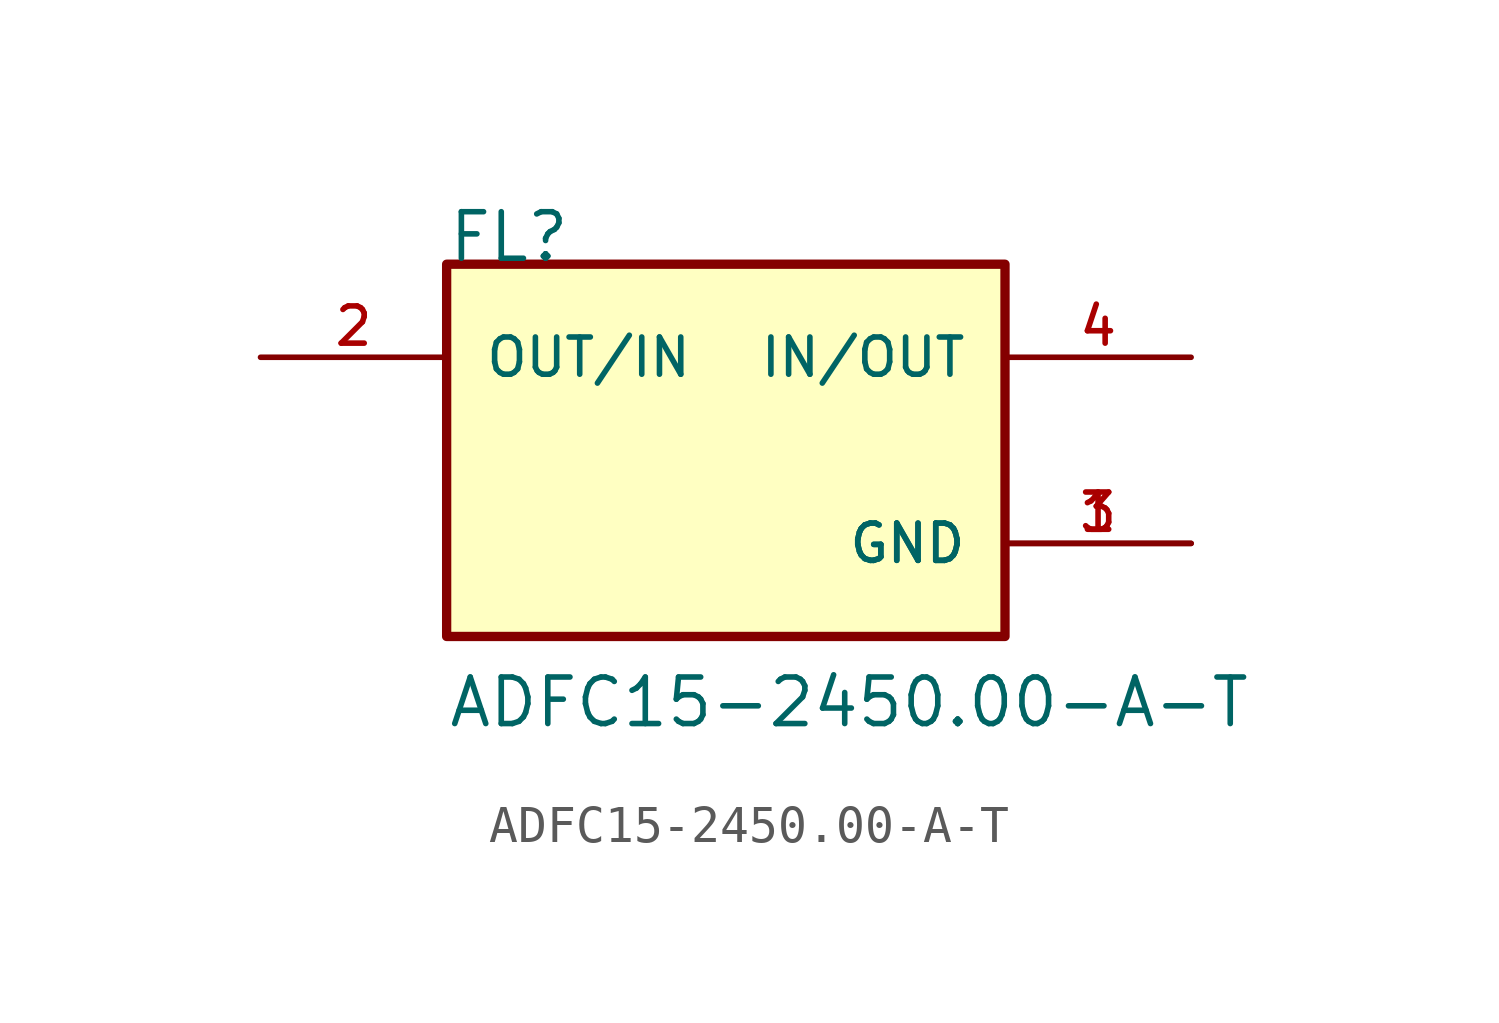
<source format=kicad_sym>
(kicad_symbol_lib
  (version 20241209)
  (generator "kicad_symbol_editor")
  (generator_version "9.0")
  (symbol "ADFC15-2450.00-A-T"
    (pin_names
      (offset 1.016))
    (property "Reference" "FL"
      (at -12.7 5.08 0)
      (effects (font (size 1.27 1.27)) (justify left bottom)))
    (property "Value" "ADFC15-2450.00-A-T"
      (at -12.7 -7.62 0)
      (effects (font (size 1.27 1.27)) (justify left bottom)))
    (symbol "ADFC15-2450.00-A-T_0_0"
      (rectangle (start -12.7 5.08) (end 2.54 -5.08) (stroke (width 0.254) (type default)) (fill (type background)))
      (pin bidirectional line (at -17.78 2.54 0) (length 5.08) (name "OUT/IN" (effects (font (size 1.016 1.016)))) (number "2" (effects (font (size 1.016 1.016)))))
      (pin bidirectional line (at 7.62 2.54 180) (length 5.08) (name "IN/OUT" (effects (font (size 1.016 1.016)))) (number "4" (effects (font (size 1.016 1.016)))))
      (pin power_in line (at 7.62 -2.54 180) (length 5.08) (name "GND" (effects (font (size 1.016 1.016)))) (number "1" (effects (font (size 1.016 1.016)))))
      (pin power_in line (at 7.62 -2.54 180) (length 5.08) (name "GND" (effects (font (size 1.016 1.016)))) (number "3" (effects (font (size 1.016 1.016))))))))
</source>
